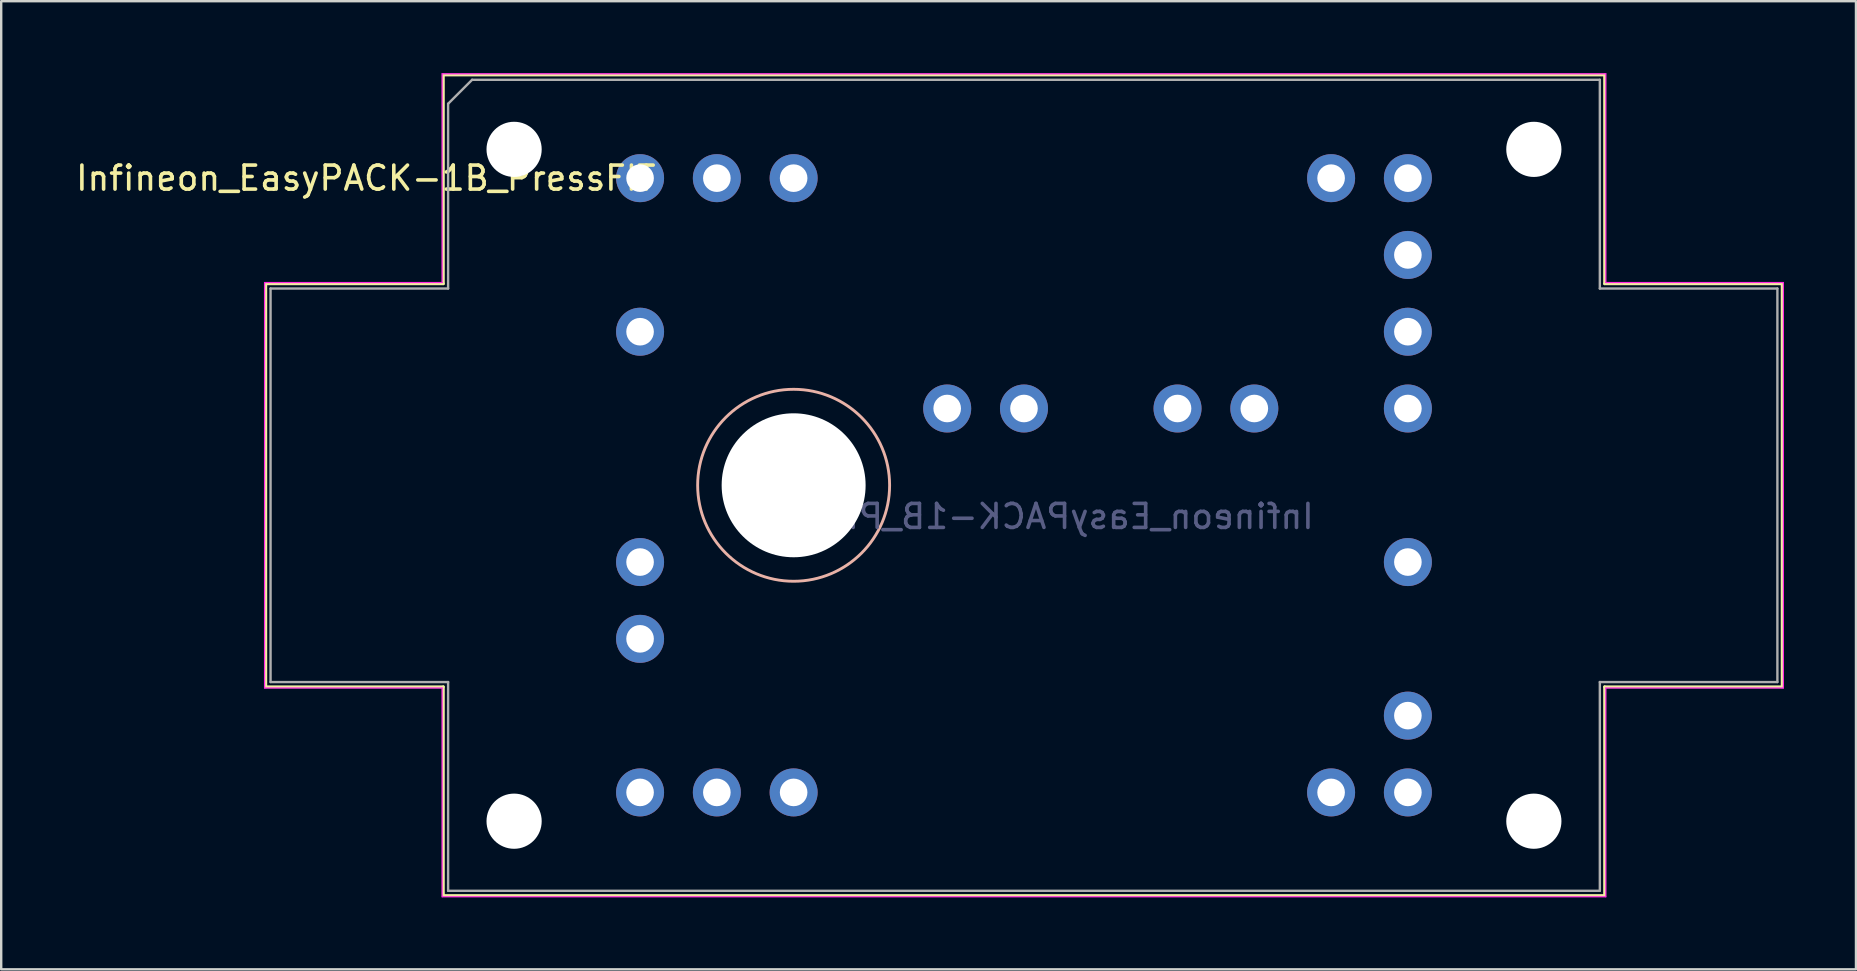
<source format=kicad_pcb>
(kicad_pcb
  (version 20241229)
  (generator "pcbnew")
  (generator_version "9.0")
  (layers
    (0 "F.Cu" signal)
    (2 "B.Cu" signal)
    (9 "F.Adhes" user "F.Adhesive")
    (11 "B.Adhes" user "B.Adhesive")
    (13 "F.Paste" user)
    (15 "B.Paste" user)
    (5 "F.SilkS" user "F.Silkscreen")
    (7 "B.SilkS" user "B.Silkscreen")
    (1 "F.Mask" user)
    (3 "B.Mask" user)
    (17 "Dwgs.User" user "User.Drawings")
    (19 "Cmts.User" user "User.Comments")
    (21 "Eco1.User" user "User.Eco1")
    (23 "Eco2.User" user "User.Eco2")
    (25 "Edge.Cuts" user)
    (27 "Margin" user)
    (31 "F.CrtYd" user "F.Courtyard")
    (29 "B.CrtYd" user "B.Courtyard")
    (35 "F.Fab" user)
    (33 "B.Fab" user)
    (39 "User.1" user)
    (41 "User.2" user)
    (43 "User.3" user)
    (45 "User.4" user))
  (footprint "Infineon_EasyPACK-1B_PressFIT"
    (layer "F.Cu")
    (at 23.626 4.375)
    (property "Reference" "Infineon_EasyPACK-1B_PressFIT" (at -11.43 0 0) (layer "F.SilkS") (effects (font (size 1 1) (thickness 0.15))))
    (attr through_hole)
    (fp_line (start -15.6 4.4) (end -8.2 4.4) (stroke (width 0.12) (type solid)) (layer "F.SilkS"))
    (fp_line (start -15.6 21.2) (end -15.6 4.4) (stroke (width 0.12) (type solid)) (layer "F.SilkS"))
    (fp_line (start -8.2 -4.3) (end 40.2 -4.3) (stroke (width 0.12) (type solid)) (layer "F.SilkS"))
    (fp_line (start -8.2 4.4) (end -8.2 -4.3) (stroke (width 0.12) (type solid)) (layer "F.SilkS"))
    (fp_line (start -8.2 21.2) (end -15.6 21.2) (stroke (width 0.12) (type solid)) (layer "F.SilkS"))
    (fp_line (start -8.2 29.9) (end -8.2 21.2) (stroke (width 0.12) (type solid)) (layer "F.SilkS"))
    (fp_line (start 40.2 -4.3) (end 40.2 4.4) (stroke (width 0.12) (type solid)) (layer "F.SilkS"))
    (fp_line (start 40.2 4.4) (end 47.6 4.4) (stroke (width 0.12) (type solid)) (layer "F.SilkS"))
    (fp_line (start 40.2 21.2) (end 40.2 29.9) (stroke (width 0.12) (type solid)) (layer "F.SilkS"))
    (fp_line (start 40.2 29.9) (end -8.2 29.9) (stroke (width 0.12) (type solid)) (layer "F.SilkS"))
    (fp_line (start 47.6 4.4) (end 47.6 21.2) (stroke (width 0.12) (type solid)) (layer "F.SilkS"))
    (fp_line (start 47.6 21.2) (end 40.2 21.2) (stroke (width 0.12) (type solid)) (layer "F.SilkS"))
    (fp_circle (center 6.4 12.8) (end 10.4 12.8) (stroke (width 0.12) (type solid)) (fill no) (layer "B.SilkS"))
    (fp_line (start -15.65 21.25) (end -15.65 4.35) (stroke (width 0.05) (type solid)) (layer "F.CrtYd"))
    (fp_line (start -8.25 -4.35) (end -8.25 4.35) (stroke (width 0.05) (type solid)) (layer "F.CrtYd"))
    (fp_line (start -8.25 4.35) (end -15.65 4.35) (stroke (width 0.05) (type solid)) (layer "F.CrtYd"))
    (fp_line (start -8.25 21.25) (end -15.65 21.25) (stroke (width 0.05) (type solid)) (layer "F.CrtYd"))
    (fp_line (start -8.25 29.95) (end -8.25 21.25) (stroke (width 0.05) (type solid)) (layer "F.CrtYd"))
    (fp_line (start -8.25 29.95) (end 40.25 29.95) (stroke (width 0.05) (type solid)) (layer "F.CrtYd"))
    (fp_line (start 40.25 -4.35) (end -8.25 -4.35) (stroke (width 0.05) (type solid)) (layer "F.CrtYd"))
    (fp_line (start 40.25 -4.35) (end 40.25 4.35) (stroke (width 0.05) (type solid)) (layer "F.CrtYd"))
    (fp_line (start 40.25 4.35) (end 47.65 4.35) (stroke (width 0.05) (type solid)) (layer "F.CrtYd"))
    (fp_line (start 40.25 21.25) (end 40.25 29.95) (stroke (width 0.05) (type solid)) (layer "F.CrtYd"))
    (fp_line (start 47.65 4.35) (end 47.65 21.25) (stroke (width 0.05) (type solid)) (layer "F.CrtYd"))
    (fp_line (start 47.65 21.25) (end 40.25 21.25) (stroke (width 0.05) (type solid)) (layer "F.CrtYd"))
    (fp_line (start -15.4 4.6) (end -8 4.6) (stroke (width 0.1) (type solid)) (layer "F.Fab"))
    (fp_line (start -15.4 21) (end -15.4 4.6) (stroke (width 0.1) (type solid)) (layer "F.Fab"))
    (fp_line (start -15.4 21) (end -8 21) (stroke (width 0.1) (type solid)) (layer "F.Fab"))
    (fp_line (start -8 4.6) (end -8 -3.1) (stroke (width 0.1) (type solid)) (layer "F.Fab"))
    (fp_line (start -8 21) (end -8 29.7) (stroke (width 0.1) (type solid)) (layer "F.Fab"))
    (fp_line (start -8 29.7) (end 40 29.7) (stroke (width 0.1) (type solid)) (layer "F.Fab"))
    (fp_line (start -7 -4.1) (end -8 -3.1) (stroke (width 0.1) (type solid)) (layer "F.Fab"))
    (fp_line (start 40 -4.1) (end -7 -4.1) (stroke (width 0.1) (type solid)) (layer "F.Fab"))
    (fp_line (start 40 4.6) (end 40 -4.1) (stroke (width 0.1) (type solid)) (layer "F.Fab"))
    (fp_line (start 40 21) (end 40 29.7) (stroke (width 0.1) (type solid)) (layer "F.Fab"))
    (fp_line (start 47.4 4.6) (end 40 4.6) (stroke (width 0.1) (type solid)) (layer "F.Fab"))
    (fp_line (start 47.4 21) (end 40 21) (stroke (width 0.1) (type solid)) (layer "F.Fab"))
    (fp_line (start 47.4 21) (end 47.4 4.6) (stroke (width 0.1) (type solid)) (layer "F.Fab"))
    (fp_text user "${REFERENCE}" (at 16 14.1 0) (layer "B.Fab") (effects (font (size 1 1) (thickness 0.15)) (justify mirror)))
    (pad "" np_thru_hole circle (at -5.25 -1.2 180) (size 2.3 2.3) (drill 2.3) (layers "*.Cu" "*.Mask"))
    (pad "" np_thru_hole circle (at -5.25 26.8 180) (size 2.3 2.3) (drill 2.3) (layers "*.Cu" "*.Mask"))
    (pad "" np_thru_hole circle (at 6.4 12.8 180) (size 6 6) (drill 6) (layers "*.Cu" "*.Mask"))
    (pad "" np_thru_hole circle (at 37.25 -1.2 180) (size 2.3 2.3) (drill 2.3) (layers "*.Cu" "*.Mask"))
    (pad "" np_thru_hole circle (at 37.25 26.8 180) (size 2.3 2.3) (drill 2.3) (layers "*.Cu" "*.Mask"))
    (pad "EU" thru_hole circle (at 32 0 180) (size 2 2) (drill 1.15) (layers "*.Cu" "*.Mask"))
    (pad "EU" thru_hole circle (at 32 3.2 180) (size 2 2) (drill 1.15) (layers "*.Cu" "*.Mask"))
    (pad "EV" thru_hole circle (at 32 6.4 180) (size 2 2) (drill 1.15) (layers "*.Cu" "*.Mask"))
    (pad "EV" thru_hole circle (at 32 9.6 180) (size 2 2) (drill 1.15) (layers "*.Cu" "*.Mask"))
    (pad "EW" thru_hole circle (at 32 22.4 180) (size 2 2) (drill 1.15) (layers "*.Cu" "*.Mask"))
    (pad "EW" thru_hole circle (at 32 25.6 180) (size 2 2) (drill 1.15) (layers "*.Cu" "*.Mask"))
    (pad "G1" thru_hole circle (at 0 0 180) (size 2 2) (drill 1.15) (layers "*.Cu" "*.Mask"))
    (pad "G2" thru_hole circle (at 28.8 0 180) (size 2 2) (drill 1.15) (layers "*.Cu" "*.Mask"))
    (pad "G3" thru_hole circle (at 0 6.4 180) (size 2 2) (drill 1.15) (layers "*.Cu" "*.Mask"))
    (pad "G4" thru_hole circle (at 32 16 180) (size 2 2) (drill 1.15) (layers "*.Cu" "*.Mask"))
    (pad "G5" thru_hole circle (at 0 25.6 180) (size 2 2) (drill 1.15) (layers "*.Cu" "*.Mask"))
    (pad "G6" thru_hole circle (at 28.8 25.6 180) (size 2 2) (drill 1.15) (layers "*.Cu" "*.Mask"))
    (pad "P" thru_hole circle (at 12.8 9.6 180) (size 2 2) (drill 1.15) (layers "*.Cu" "*.Mask"))
    (pad "P" thru_hole circle (at 16 9.6 180) (size 2 2) (drill 1.15) (layers "*.Cu" "*.Mask"))
    (pad "T1" thru_hole circle (at 22.4 9.6 180) (size 2 2) (drill 1.15) (layers "*.Cu" "*.Mask"))
    (pad "T2" thru_hole circle (at 25.6 9.6 180) (size 2 2) (drill 1.15) (layers "*.Cu" "*.Mask"))
    (pad "U" thru_hole circle (at 3.2 0 180) (size 2 2) (drill 1.15) (layers "*.Cu" "*.Mask"))
    (pad "U" thru_hole circle (at 6.4 0 180) (size 2 2) (drill 1.15) (layers "*.Cu" "*.Mask"))
    (pad "V" thru_hole circle (at 0 16 180) (size 2 2) (drill 1.15) (layers "*.Cu" "*.Mask"))
    (pad "V" thru_hole circle (at 0 19.2 180) (size 2 2) (drill 1.15) (layers "*.Cu" "*.Mask"))
    (pad "W" thru_hole circle (at 3.2 25.6 180) (size 2 2) (drill 1.15) (layers "*.Cu" "*.Mask"))
    (pad "W" thru_hole circle (at 6.4 25.6 180) (size 2 2) (drill 1.15) (layers "*.Cu" "*.Mask"))
    (zone (net_name "") (layers "F.Cu" "B.Cu") (name "MH") (hatch full 0.508) (connect_pads) (min_thickness 0.254) (filled_areas_thickness no) (keepout (tracks not_allowed) (vias not_allowed) (pads not_allowed) (copperpour not_allowed) (footprints not_allowed)) (placement (enabled no)) (fill) (polygon (pts (xy 17.872 17.175) (xy 17.852 17.606) (xy 17.793 18.033) (xy 17.696 18.454) (xy 17.562 18.864) (xy 17.39 19.259) (xy 17.184 19.638) (xy 16.944 19.997) (xy 16.672 20.332) (xy 16.372 20.641) (xy 16.044 20.922) (xy 15.692 21.172) (xy 15.319 21.389) (xy 14.928 21.571) (xy 14.523 21.717) (xy 14.105 21.826) (xy 13.679 21.897) (xy 13.249 21.928) (xy 12.818 21.921) (xy 12.389 21.874) (xy 11.966 21.789) (xy 11.553 21.666) (xy 11.152 21.505) (xy 10.768 21.31) (xy 10.403 21.08) (xy 10.06 20.818) (xy 9.742 20.526) (xy 9.453 20.206) (xy 9.193 19.861) (xy 8.966 19.495) (xy 8.772 19.109) (xy 8.615 18.707) (xy 8.495 18.293) (xy 8.412 17.87) (xy 8.369 17.44) (xy 8.364 17.009) (xy 8.399 16.579) (xy 8.472 16.154) (xy 8.584 15.737) (xy 8.733 15.332) (xy 8.918 14.943) (xy 9.138 14.571) (xy 9.39 14.221) (xy 9.673 13.896) (xy 9.984 13.597) (xy 10.321 13.328) (xy 10.682 13.091) (xy 11.062 12.887) (xy 11.459 12.718) (xy 11.87 12.586) (xy 12.291 12.492) (xy 12.719 12.437) (xy 13.15 12.42) (xy 13.58 12.443) (xy 14.007 12.504) (xy 14.427 12.604) (xy 14.836 12.742) (xy 15.231 12.916) (xy 15.608 13.125) (xy 15.965 13.367) (xy 16.298 13.641) (xy 16.605 13.944) (xy 16.884 14.274) (xy 17.131 14.627) (xy 17.346 15.001) (xy 17.525 15.394) (xy 17.669 15.801) (xy 17.774 16.219) (xy 17.842 16.645) (xy 17.87 17.075))))
    (zone (net_name "") (layers "F.Cu" "B.Cu") (name "MH") (hatch full 0.508) (connect_pads) (min_thickness 0.254) (filled_areas_thickness no) (keepout (tracks not_allowed) (vias not_allowed) (pads not_allowed) (copperpour not_allowed) (footprints not_allowed)) (placement (enabled no)) (fill) (polygon (pts (xy 70.872 17.175) (xy 70.852 17.606) (xy 70.793 18.033) (xy 70.696 18.454) (xy 70.562 18.864) (xy 70.39 19.259) (xy 70.184 19.638) (xy 69.944 19.997) (xy 69.672 20.332) (xy 69.372 20.641) (xy 69.044 20.922) (xy 68.692 21.172) (xy 68.319 21.389) (xy 67.928 21.571) (xy 67.523 21.717) (xy 67.105 21.826) (xy 66.679 21.897) (xy 66.249 21.928) (xy 65.818 21.921) (xy 65.389 21.874) (xy 64.966 21.789) (xy 64.553 21.666) (xy 64.152 21.505) (xy 63.768 21.31) (xy 63.403 21.08) (xy 63.06 20.818) (xy 62.742 20.526) (xy 62.453 20.206) (xy 62.193 19.861) (xy 61.966 19.495) (xy 61.772 19.109) (xy 61.615 18.707) (xy 61.495 18.293) (xy 61.412 17.87) (xy 61.369 17.44) (xy 61.364 17.009) (xy 61.399 16.579) (xy 61.472 16.154) (xy 61.584 15.737) (xy 61.733 15.332) (xy 61.918 14.943) (xy 62.138 14.571) (xy 62.39 14.221) (xy 62.673 13.896) (xy 62.984 13.597) (xy 63.321 13.328) (xy 63.682 13.091) (xy 64.062 12.887) (xy 64.459 12.718) (xy 64.87 12.586) (xy 65.291 12.492) (xy 65.719 12.437) (xy 66.15 12.42) (xy 66.58 12.443) (xy 67.007 12.504) (xy 67.427 12.604) (xy 67.836 12.742) (xy 68.231 12.916) (xy 68.608 13.125) (xy 68.965 13.367) (xy 69.298 13.641) (xy 69.605 13.944) (xy 69.884 14.274) (xy 70.131 14.627) (xy 70.346 15.001) (xy 70.525 15.394) (xy 70.669 15.801) (xy 70.774 16.219) (xy 70.842 16.645) (xy 70.87 17.075)))))
  (gr_rect
    (start -3 -3)
    (end 74.301 37.35)
    (stroke (width 0.1) (type default))
    (fill no)
    (layer "Edge.Cuts")))
</source>
